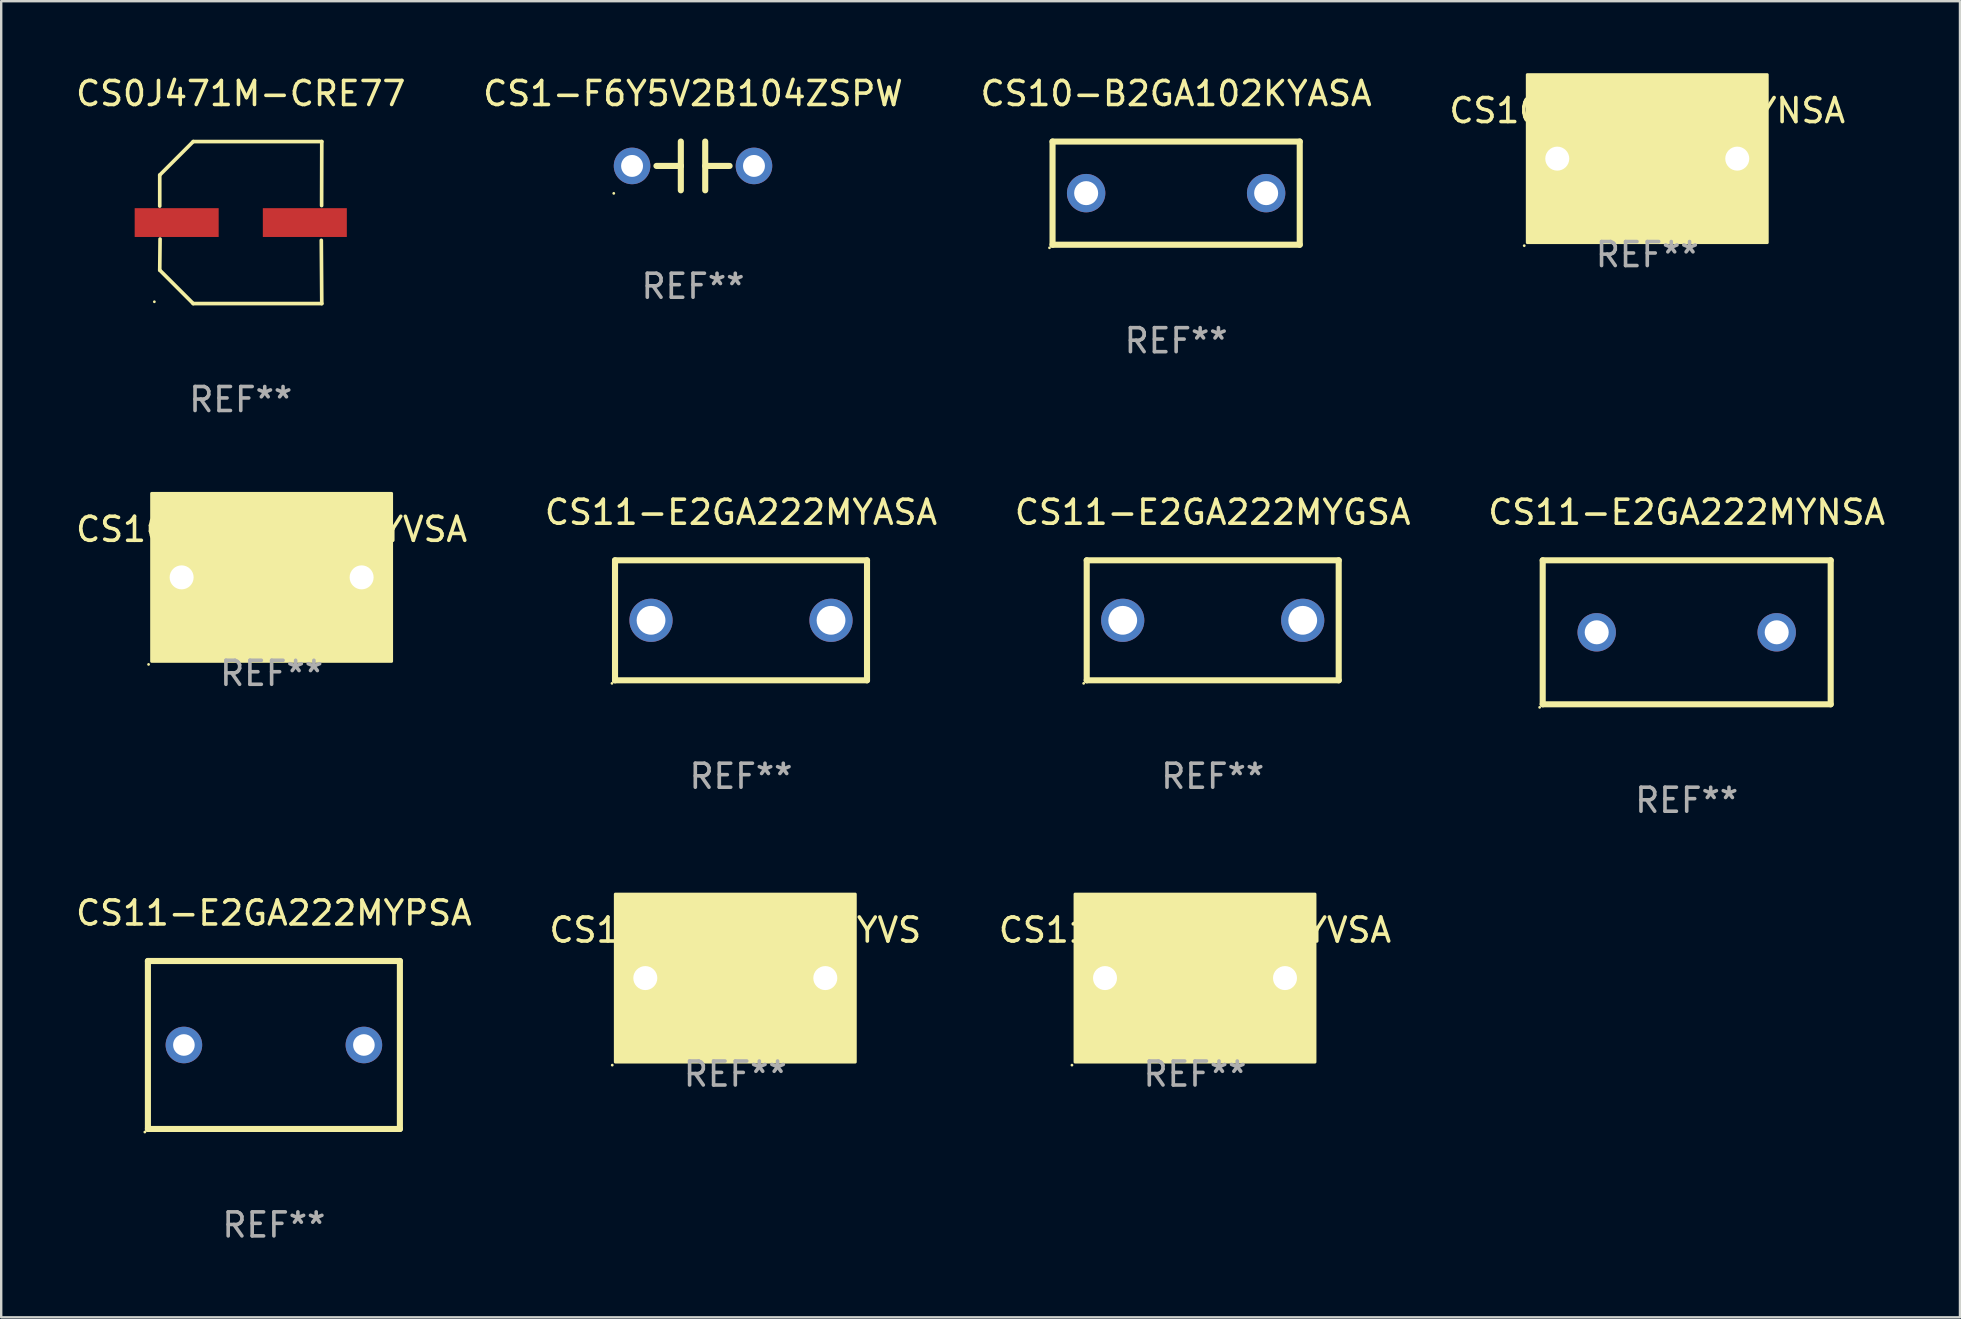
<source format=kicad_pcb>
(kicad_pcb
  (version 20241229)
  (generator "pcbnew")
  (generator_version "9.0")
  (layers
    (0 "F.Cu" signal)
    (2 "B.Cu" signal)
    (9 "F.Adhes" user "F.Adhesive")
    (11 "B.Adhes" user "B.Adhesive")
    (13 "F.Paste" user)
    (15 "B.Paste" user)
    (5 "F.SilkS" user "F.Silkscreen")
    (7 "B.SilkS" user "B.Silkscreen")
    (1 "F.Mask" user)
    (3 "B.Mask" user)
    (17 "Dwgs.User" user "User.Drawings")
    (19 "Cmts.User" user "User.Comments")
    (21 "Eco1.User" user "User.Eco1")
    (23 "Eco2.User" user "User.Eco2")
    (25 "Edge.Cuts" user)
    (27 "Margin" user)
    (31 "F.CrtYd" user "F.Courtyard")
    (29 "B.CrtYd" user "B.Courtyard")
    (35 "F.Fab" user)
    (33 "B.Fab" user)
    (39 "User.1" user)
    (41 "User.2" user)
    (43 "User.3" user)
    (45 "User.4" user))
  (footprint "CS0J471M-CRE77"
    (layer "F.Cu")
    (at 6.982 6.224)
    (property "Reference" "CS0J471M-CRE77" (at 0 -5.376 0) (layer "F.SilkS") (effects (font (size 1 1) (thickness 0.15))))
    (attr through_hole)
    (fp_line (start -3.376 -1.98) (end -3.376 -0.686) (stroke (width 0.152) (type solid)) (layer "F.SilkS"))
    (fp_line (start -3.376 1.981) (end -3.362 0.686) (stroke (width 0.152) (type solid)) (layer "F.SilkS"))
    (fp_line (start -1.981 3.376) (end -3.376 1.981) (stroke (width 0.152) (type solid)) (layer "F.SilkS"))
    (fp_line (start -1.98 -3.376) (end -3.376 -1.98) (stroke (width 0.152) (type solid)) (layer "F.SilkS"))
    (fp_line (start 3.356 0.74) (end 3.376 3.376) (stroke (width 0.152) (type solid)) (layer "F.SilkS"))
    (fp_line (start 3.369 -0.707) (end 3.376 -3.376) (stroke (width 0.152) (type solid)) (layer "F.SilkS"))
    (fp_line (start 3.376 3.376) (end -1.981 3.376) (stroke (width 0.152) (type solid)) (layer "F.SilkS"))
    (fp_line (start 3.376 -3.376) (end -1.98 -3.376) (stroke (width 0.152) (type solid)) (layer "F.SilkS"))
    (fp_circle (center -3.6 3.3) (end -3.57 3.3) (stroke (width 0.06) (type solid)) (fill no) (layer "F.SilkS"))
    (fp_text user "REF**" (at 0 7.376 0) (layer "F.Fab") (effects (font (size 1 1) (thickness 0.15))))
    (pad "1" smd rect (at -2.67 0.000152) (size 3.5 1.2) (layers "F.Cu" "F.Mask" "F.Paste"))
    (pad "2" smd rect (at 2.67 0.000152) (size 3.5 1.2) (layers "F.Cu" "F.Mask" "F.Paste")))
  (footprint "CS11-E2GA222MYGSA"
    (layer "F.Cu")
    (at 47.482 22.797)
    (property "Reference" "CS11-E2GA222MYGSA" (at 0 -4.5 0) (layer "F.SilkS") (effects (font (size 1 1) (thickness 0.15))))
    (attr through_hole)
    (fp_line (start -5.25 -2.5) (end 5.25 -2.5) (stroke (width 0.254) (type solid)) (layer "F.SilkS"))
    (fp_line (start -5.25 2.5) (end -5.25 -2.5) (stroke (width 0.254) (type solid)) (layer "F.SilkS"))
    (fp_line (start 5.25 -2.5) (end 5.25 2.5) (stroke (width 0.254) (type solid)) (layer "F.SilkS"))
    (fp_line (start 5.25 2.5) (end -5.25 2.5) (stroke (width 0.254) (type solid)) (layer "F.SilkS"))
    (fp_circle (center -5.377 2.627) (end -5.347 2.627) (stroke (width 0.06) (type solid)) (fill no) (layer "F.SilkS"))
    (fp_text user "REF**" (at 0 6.5 0) (layer "F.Fab") (effects (font (size 1 1) (thickness 0.15))))
    (pad "1" thru_hole circle (at -3.75 0) (size 1.8 1.8) (drill 1.2) (layers "*.Cu" "*.Mask"))
    (pad "2" thru_hole circle (at 3.75 0) (size 1.8 1.8) (drill 1.2) (layers "*.Cu" "*.Mask")))
  (footprint "CS1-F6Y5V2B104ZSPW"
    (layer "F.Cu")
    (at 25.827 3.864)
    (property "Reference" "CS1-F6Y5V2B104ZSPW" (at 0 -3.016 0) (layer "F.SilkS") (effects (font (size 1 1) (thickness 0.15))))
    (attr through_hole)
    (fp_line (start -1.524 0) (end -0.508 0) (stroke (width 0.254) (type solid)) (layer "F.SilkS"))
    (fp_line (start -0.508 0) (end -0.508 -1.016) (stroke (width 0.254) (type solid)) (layer "F.SilkS"))
    (fp_line (start -0.508 0) (end -0.508 1.016) (stroke (width 0.254) (type solid)) (layer "F.SilkS"))
    (fp_line (start 0.508 -1.016) (end 0.508 1.016) (stroke (width 0.254) (type solid)) (layer "F.SilkS"))
    (fp_line (start 1.524 0) (end 0.508 0) (stroke (width 0.254) (type solid)) (layer "F.SilkS"))
    (fp_circle (center -3.302 1.143) (end -3.272 1.143) (stroke (width 0.06) (type solid)) (fill no) (layer "F.SilkS"))
    (fp_text user "REF**" (at 0 5.016 0) (layer "F.Fab") (effects (font (size 1 1) (thickness 0.15))))
    (pad "1" thru_hole circle (at -2.54 0) (size 1.524 1.524) (drill 0.914) (layers "*.Cu" "*.Mask"))
    (pad "2" thru_hole circle (at 2.54 0) (size 1.524 1.524) (drill 0.914) (layers "*.Cu" "*.Mask")))
  (footprint "CS11-E2GA222MYVS"
    (layer "F.Cu")
    (at 27.589 37.705)
    (property "Reference" "CS11-E2GA222MYVS" (at 0 -2 0) (layer "F.SilkS") (effects (font (size 1 1) (thickness 0.15))))
    (attr through_hole)
    (fp_circle (center -5.127 3.627) (end -5.097 3.627) (stroke (width 0.06) (type solid)) (fill no) (layer "F.SilkS"))
    (fp_poly (pts (xy -5 -3.5) (xy 5 -3.5) (xy 5 3.5) (xy -5 3.5)) (stroke (width 0.12) (type solid)) (fill yes) (layer "F.SilkS"))
    (fp_text user "REF**" (at 0 4 0) (layer "F.Fab") (effects (font (size 1 1) (thickness 0.15))))
    (pad "1" thru_hole circle (at -3.75 0) (size 1.8 1.8) (drill 1) (layers "*.Cu" "*.Mask"))
    (pad "2" thru_hole circle (at 3.75 0) (size 1.8 1.8) (drill 1) (layers "*.Cu" "*.Mask")))
  (footprint "CS11-E2GA222MYNSA"
    (layer "F.Cu")
    (at 67.232 23.297)
    (property "Reference" "CS11-E2GA222MYNSA" (at 0 -5 0) (layer "F.SilkS") (effects (font (size 1 1) (thickness 0.15))))
    (attr through_hole)
    (fp_line (start -6 -3) (end 6 -3) (stroke (width 0.254) (type solid)) (layer "F.SilkS"))
    (fp_line (start -6 3) (end -6 -3) (stroke (width 0.254) (type solid)) (layer "F.SilkS"))
    (fp_line (start 6 -3) (end 6 3) (stroke (width 0.254) (type solid)) (layer "F.SilkS"))
    (fp_line (start 6 3) (end -6 3) (stroke (width 0.254) (type solid)) (layer "F.SilkS"))
    (fp_circle (center -6.127 3.127) (end -6.097 3.127) (stroke (width 0.06) (type solid)) (fill no) (layer "F.SilkS"))
    (fp_text user "REF**" (at 0 7 0) (layer "F.Fab") (effects (font (size 1 1) (thickness 0.15))))
    (pad "1" thru_hole circle (at -3.75 0) (size 1.6 1.6) (drill 1) (layers "*.Cu" "*.Mask"))
    (pad "2" thru_hole circle (at 3.75 0) (size 1.6 1.6) (drill 1) (layers "*.Cu" "*.Mask")))
  (footprint "CS11-E2GA222MYVSA"
    (layer "F.Cu")
    (at 46.744 37.705)
    (property "Reference" "CS11-E2GA222MYVSA" (at 0 -2 0) (layer "F.SilkS") (effects (font (size 1 1) (thickness 0.15))))
    (attr through_hole)
    (fp_circle (center -5.127 3.627) (end -5.097 3.627) (stroke (width 0.06) (type solid)) (fill no) (layer "F.SilkS"))
    (fp_poly (pts (xy -5 -3.5) (xy 5 -3.5) (xy 5 3.5) (xy -5 3.5)) (stroke (width 0.12) (type solid)) (fill yes) (layer "F.SilkS"))
    (fp_text user "REF**" (at 0 4 0) (layer "F.Fab") (effects (font (size 1 1) (thickness 0.15))))
    (pad "1" thru_hole circle (at -3.75 0) (size 1.8 1.8) (drill 1) (layers "*.Cu" "*.Mask"))
    (pad "2" thru_hole circle (at 3.75 0) (size 1.8 1.8) (drill 1) (layers "*.Cu" "*.Mask")))
  (footprint "CS11-E2GA222MYASA"
    (layer "F.Cu")
    (at 27.827 22.797)
    (property "Reference" "CS11-E2GA222MYASA" (at 0 -4.5 0) (layer "F.SilkS") (effects (font (size 1 1) (thickness 0.15))))
    (attr through_hole)
    (fp_line (start -5.25 -2.5) (end 5.25 -2.5) (stroke (width 0.254) (type solid)) (layer "F.SilkS"))
    (fp_line (start -5.25 2.5) (end -5.25 -2.5) (stroke (width 0.254) (type solid)) (layer "F.SilkS"))
    (fp_line (start 5.25 -2.5) (end 5.25 2.5) (stroke (width 0.254) (type solid)) (layer "F.SilkS"))
    (fp_line (start 5.25 2.5) (end -5.25 2.5) (stroke (width 0.254) (type solid)) (layer "F.SilkS"))
    (fp_circle (center -5.377 2.627) (end -5.347 2.627) (stroke (width 0.06) (type solid)) (fill no) (layer "F.SilkS"))
    (fp_text user "REF**" (at 0 6.5 0) (layer "F.Fab") (effects (font (size 1 1) (thickness 0.15))))
    (pad "1" thru_hole circle (at -3.75 0) (size 1.8 1.8) (drill 1.2) (layers "*.Cu" "*.Mask"))
    (pad "2" thru_hole circle (at 3.75 0) (size 1.8 1.8) (drill 1.2) (layers "*.Cu" "*.Mask")))
  (footprint "CS10-B2GA102KYASA"
    (layer "F.Cu")
    (at 45.958 4.998)
    (property "Reference" "CS10-B2GA102KYASA" (at 0 -4.15 0) (layer "F.SilkS") (effects (font (size 1 1) (thickness 0.15))))
    (attr through_hole)
    (fp_line (start -5.15 2.15) (end -5.15 -2.15) (stroke (width 0.254) (type solid)) (layer "F.SilkS"))
    (fp_line (start -5.15 -2.15) (end 5.15 -2.15) (stroke (width 0.254) (type solid)) (layer "F.SilkS"))
    (fp_line (start 5.15 2.15) (end -5.15 2.15) (stroke (width 0.254) (type solid)) (layer "F.SilkS"))
    (fp_line (start 5.15 -2.15) (end 5.15 2.15) (stroke (width 0.254) (type solid)) (layer "F.SilkS"))
    (fp_circle (center -5.277 2.277) (end -5.247 2.277) (stroke (width 0.06) (type solid)) (fill no) (layer "F.SilkS"))
    (fp_text user "REF**" (at 0 6.15 0) (layer "F.Fab") (effects (font (size 1 1) (thickness 0.15))))
    (pad "1" thru_hole circle (at -3.75 0) (size 1.6 1.6) (drill 1) (layers "*.Cu" "*.Mask"))
    (pad "2" thru_hole circle (at 3.75 0) (size 1.6 1.6) (drill 1) (layers "*.Cu" "*.Mask")))
  (footprint "CS10-B2GA102KYNSA"
    (layer "F.Cu")
    (at 65.589 3.56)
    (property "Reference" "CS10-B2GA102KYNSA" (at 0 -2 0) (layer "F.SilkS") (effects (font (size 1 1) (thickness 0.15))))
    (attr through_hole)
    (fp_circle (center -5.127 3.627) (end -5.097 3.627) (stroke (width 0.06) (type solid)) (fill no) (layer "F.SilkS"))
    (fp_poly (pts (xy -5 -3.5) (xy 5 -3.5) (xy 5 3.5) (xy -5 3.5)) (stroke (width 0.12) (type solid)) (fill yes) (layer "F.SilkS"))
    (fp_text user "REF**" (at 0 4 0) (layer "F.Fab") (effects (font (size 1 1) (thickness 0.15))))
    (pad "1" thru_hole circle (at -3.75 0) (size 1.8 1.8) (drill 1) (layers "*.Cu" "*.Mask"))
    (pad "2" thru_hole circle (at 3.75 0) (size 1.8 1.8) (drill 1) (layers "*.Cu" "*.Mask")))
  (footprint "CS10-B2GA102KYVSA"
    (layer "F.Cu")
    (at 8.268 21.008)
    (property "Reference" "CS10-B2GA102KYVSA" (at 0 -2 0) (layer "F.SilkS") (effects (font (size 1 1) (thickness 0.15))))
    (attr through_hole)
    (fp_circle (center -5.127 3.627) (end -5.097 3.627) (stroke (width 0.06) (type solid)) (fill no) (layer "F.SilkS"))
    (fp_poly (pts (xy -5 -3.5) (xy 5 -3.5) (xy 5 3.5) (xy -5 3.5)) (stroke (width 0.12) (type solid)) (fill yes) (layer "F.SilkS"))
    (fp_text user "REF**" (at 0 4 0) (layer "F.Fab") (effects (font (size 1 1) (thickness 0.15))))
    (pad "1" thru_hole circle (at -3.75 0) (size 1.8 1.8) (drill 1) (layers "*.Cu" "*.Mask"))
    (pad "2" thru_hole circle (at 3.75 0) (size 1.8 1.8) (drill 1) (layers "*.Cu" "*.Mask")))
  (footprint "CS11-E2GA222MYPSA"
    (layer "F.Cu")
    (at 8.363 40.493)
    (property "Reference" "CS11-E2GA222MYPSA" (at 0 -5.5 0) (layer "F.SilkS") (effects (font (size 1 1) (thickness 0.15))))
    (attr through_hole)
    (fp_line (start -5.25 -3.5) (end 5.25 -3.5) (stroke (width 0.254) (type solid)) (layer "F.SilkS"))
    (fp_line (start -5.25 3.5) (end -5.25 -3.5) (stroke (width 0.254) (type solid)) (layer "F.SilkS"))
    (fp_line (start 5.25 -3.5) (end 5.25 3.5) (stroke (width 0.254) (type solid)) (layer "F.SilkS"))
    (fp_line (start 5.25 3.5) (end -5.25 3.5) (stroke (width 0.254) (type solid)) (layer "F.SilkS"))
    (fp_circle (center -5.377 3.627) (end -5.347 3.627) (stroke (width 0.06) (type solid)) (fill no) (layer "F.SilkS"))
    (fp_text user "REF**" (at 0 7.5 0) (layer "F.Fab") (effects (font (size 1 1) (thickness 0.15))))
    (pad "1" thru_hole circle (at -3.75 0) (size 1.524 1.524) (drill 0.9) (layers "*.Cu" "*.Mask"))
    (pad "2" thru_hole circle (at 3.75 0) (size 1.524 1.524) (drill 0.9) (layers "*.Cu" "*.Mask")))
  (gr_rect
    (start -3 -3)
    (end 78.619 51.841)
    (stroke (width 0.1) (type default))
    (fill no)
    (layer "Edge.Cuts")))
</source>
